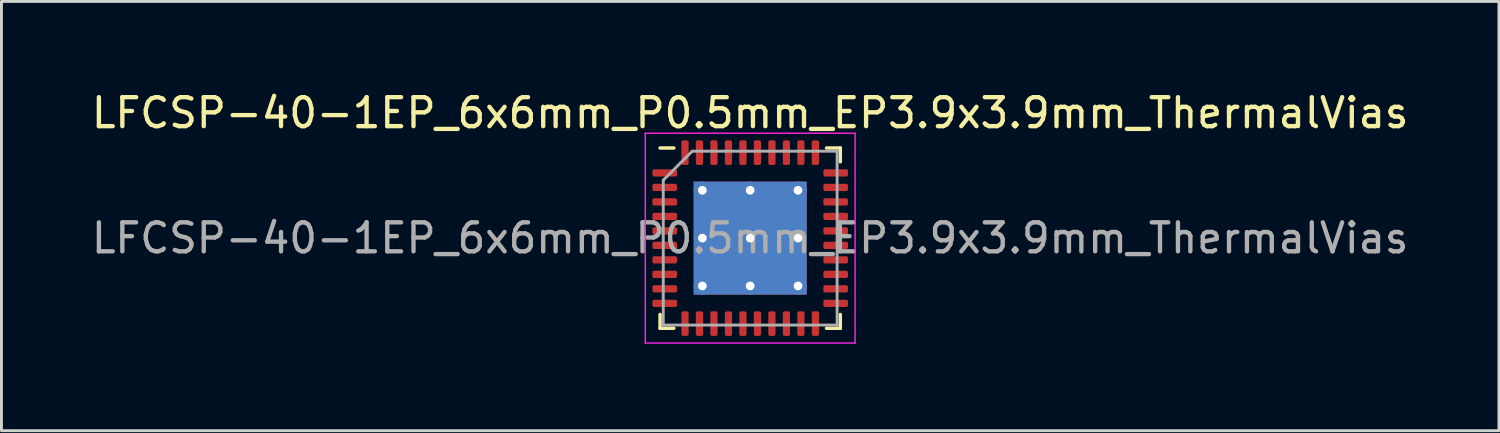
<source format=kicad_pcb>
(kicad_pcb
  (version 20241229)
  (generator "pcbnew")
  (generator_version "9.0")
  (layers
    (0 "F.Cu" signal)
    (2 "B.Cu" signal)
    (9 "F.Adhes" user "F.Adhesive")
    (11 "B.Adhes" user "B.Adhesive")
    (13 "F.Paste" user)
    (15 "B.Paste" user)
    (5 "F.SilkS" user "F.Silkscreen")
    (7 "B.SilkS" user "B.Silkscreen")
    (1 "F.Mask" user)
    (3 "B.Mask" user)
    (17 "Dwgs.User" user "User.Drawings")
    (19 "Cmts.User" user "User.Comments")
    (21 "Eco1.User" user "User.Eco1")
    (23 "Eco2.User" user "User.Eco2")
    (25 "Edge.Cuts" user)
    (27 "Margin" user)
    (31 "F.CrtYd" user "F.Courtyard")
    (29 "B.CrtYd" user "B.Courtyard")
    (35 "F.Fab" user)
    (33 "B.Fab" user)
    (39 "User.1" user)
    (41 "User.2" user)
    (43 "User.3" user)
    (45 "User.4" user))
  (footprint "LFCSP-40-1EP_6x6mm_P0.5mm_EP3.9x3.9mm_ThermalVias"
    (layer "F.Cu")
    (at 22.839 5.168)
    (property "Reference" "LFCSP-40-1EP_6x6mm_P0.5mm_EP3.9x3.9mm_ThermalVias" (at 0 -4.32 0) (layer "F.SilkS") (effects (font (size 1 1) (thickness 0.15))))
    (attr smd)
    (fp_line (start -3.11 3.11) (end -3.11 2.635) (stroke (width 0.12) (type solid)) (layer "F.SilkS"))
    (fp_line (start -2.635 -3.11) (end -3.11 -3.11) (stroke (width 0.12) (type solid)) (layer "F.SilkS"))
    (fp_line (start -2.635 3.11) (end -3.11 3.11) (stroke (width 0.12) (type solid)) (layer "F.SilkS"))
    (fp_line (start 2.635 -3.11) (end 3.11 -3.11) (stroke (width 0.12) (type solid)) (layer "F.SilkS"))
    (fp_line (start 2.635 3.11) (end 3.11 3.11) (stroke (width 0.12) (type solid)) (layer "F.SilkS"))
    (fp_line (start 3.11 -3.11) (end 3.11 -2.635) (stroke (width 0.12) (type solid)) (layer "F.SilkS"))
    (fp_line (start 3.11 3.11) (end 3.11 2.635) (stroke (width 0.12) (type solid)) (layer "F.SilkS"))
    (fp_line (start -3.62 -3.62) (end -3.62 3.62) (stroke (width 0.05) (type solid)) (layer "F.CrtYd"))
    (fp_line (start -3.62 3.62) (end 3.62 3.62) (stroke (width 0.05) (type solid)) (layer "F.CrtYd"))
    (fp_line (start 3.62 -3.62) (end -3.62 -3.62) (stroke (width 0.05) (type solid)) (layer "F.CrtYd"))
    (fp_line (start 3.62 3.62) (end 3.62 -3.62) (stroke (width 0.05) (type solid)) (layer "F.CrtYd"))
    (fp_line (start -3 -2) (end -2 -3) (stroke (width 0.1) (type solid)) (layer "F.Fab"))
    (fp_line (start -3 3) (end -3 -2) (stroke (width 0.1) (type solid)) (layer "F.Fab"))
    (fp_line (start -2 -3) (end 3 -3) (stroke (width 0.1) (type solid)) (layer "F.Fab"))
    (fp_line (start 3 -3) (end 3 3) (stroke (width 0.1) (type solid)) (layer "F.Fab"))
    (fp_line (start 3 3) (end -3 3) (stroke (width 0.1) (type solid)) (layer "F.Fab"))
    (fp_text user "${REFERENCE}" (at 0 0 0) (layer "F.Fab") (effects (font (size 1 1) (thickness 0.15))))
    (pad "" smd custom (at -0.825 -0.825) (size 1.395 1.395) (layers "F.Paste") (options (anchor circle)) (primitives (gr_poly (pts (xy -0.579 -0.383) (xy -0.383 -0.579) (xy 0.383 -0.579) (xy 0.579 -0.383) (xy 0.579 0.383) (xy 0.383 0.579) (xy -0.383 0.579) (xy -0.579 0.383)) (width 0.474) (fill yes))))
    (pad "" smd custom (at -0.825 0.825) (size 1.395 1.395) (layers "F.Paste") (options (anchor circle)) (primitives (gr_poly (pts (xy -0.579 -0.383) (xy -0.383 -0.579) (xy 0.383 -0.579) (xy 0.579 -0.383) (xy 0.579 0.383) (xy 0.383 0.579) (xy -0.383 0.579) (xy -0.579 0.383)) (width 0.474) (fill yes))))
    (pad "" smd custom (at 0.825 -0.825) (size 1.395 1.395) (layers "F.Paste") (options (anchor circle)) (primitives (gr_poly (pts (xy -0.579 -0.383) (xy -0.383 -0.579) (xy 0.383 -0.579) (xy 0.579 -0.383) (xy 0.579 0.383) (xy 0.383 0.579) (xy -0.383 0.579) (xy -0.579 0.383)) (width 0.474) (fill yes))))
    (pad "" smd custom (at 0.825 0.825) (size 1.395 1.395) (layers "F.Paste") (options (anchor circle)) (primitives (gr_poly (pts (xy -0.579 -0.383) (xy -0.383 -0.579) (xy 0.383 -0.579) (xy 0.579 -0.383) (xy 0.579 0.383) (xy 0.383 0.579) (xy -0.383 0.579) (xy -0.579 0.383)) (width 0.474) (fill yes))))
    (pad "1" smd roundrect (at -2.95 -2.25) (size 0.85 0.25) (layers "F.Cu" "F.Mask" "F.Paste") (roundrect_rratio 0.25))
    (pad "2" smd roundrect (at -2.95 -1.75) (size 0.85 0.25) (layers "F.Cu" "F.Mask" "F.Paste") (roundrect_rratio 0.25))
    (pad "3" smd roundrect (at -2.95 -1.25) (size 0.85 0.25) (layers "F.Cu" "F.Mask" "F.Paste") (roundrect_rratio 0.25))
    (pad "4" smd roundrect (at -2.95 -0.75) (size 0.85 0.25) (layers "F.Cu" "F.Mask" "F.Paste") (roundrect_rratio 0.25))
    (pad "5" smd roundrect (at -2.95 -0.25) (size 0.85 0.25) (layers "F.Cu" "F.Mask" "F.Paste") (roundrect_rratio 0.25))
    (pad "6" smd roundrect (at -2.95 0.25) (size 0.85 0.25) (layers "F.Cu" "F.Mask" "F.Paste") (roundrect_rratio 0.25))
    (pad "7" smd roundrect (at -2.95 0.75) (size 0.85 0.25) (layers "F.Cu" "F.Mask" "F.Paste") (roundrect_rratio 0.25))
    (pad "8" smd roundrect (at -2.95 1.25) (size 0.85 0.25) (layers "F.Cu" "F.Mask" "F.Paste") (roundrect_rratio 0.25))
    (pad "9" smd roundrect (at -2.95 1.75) (size 0.85 0.25) (layers "F.Cu" "F.Mask" "F.Paste") (roundrect_rratio 0.25))
    (pad "10" smd roundrect (at -2.95 2.25) (size 0.85 0.25) (layers "F.Cu" "F.Mask" "F.Paste") (roundrect_rratio 0.25))
    (pad "11" smd roundrect (at -2.25 2.95) (size 0.25 0.85) (layers "F.Cu" "F.Mask" "F.Paste") (roundrect_rratio 0.25))
    (pad "12" smd roundrect (at -1.75 2.95) (size 0.25 0.85) (layers "F.Cu" "F.Mask" "F.Paste") (roundrect_rratio 0.25))
    (pad "13" smd roundrect (at -1.25 2.95) (size 0.25 0.85) (layers "F.Cu" "F.Mask" "F.Paste") (roundrect_rratio 0.25))
    (pad "14" smd roundrect (at -0.75 2.95) (size 0.25 0.85) (layers "F.Cu" "F.Mask" "F.Paste") (roundrect_rratio 0.25))
    (pad "15" smd roundrect (at -0.25 2.95) (size 0.25 0.85) (layers "F.Cu" "F.Mask" "F.Paste") (roundrect_rratio 0.25))
    (pad "16" smd roundrect (at 0.25 2.95) (size 0.25 0.85) (layers "F.Cu" "F.Mask" "F.Paste") (roundrect_rratio 0.25))
    (pad "17" smd roundrect (at 0.75 2.95) (size 0.25 0.85) (layers "F.Cu" "F.Mask" "F.Paste") (roundrect_rratio 0.25))
    (pad "18" smd roundrect (at 1.25 2.95) (size 0.25 0.85) (layers "F.Cu" "F.Mask" "F.Paste") (roundrect_rratio 0.25))
    (pad "19" smd roundrect (at 1.75 2.95) (size 0.25 0.85) (layers "F.Cu" "F.Mask" "F.Paste") (roundrect_rratio 0.25))
    (pad "20" smd roundrect (at 2.25 2.95) (size 0.25 0.85) (layers "F.Cu" "F.Mask" "F.Paste") (roundrect_rratio 0.25))
    (pad "21" smd roundrect (at 2.95 2.25) (size 0.85 0.25) (layers "F.Cu" "F.Mask" "F.Paste") (roundrect_rratio 0.25))
    (pad "22" smd roundrect (at 2.95 1.75) (size 0.85 0.25) (layers "F.Cu" "F.Mask" "F.Paste") (roundrect_rratio 0.25))
    (pad "23" smd roundrect (at 2.95 1.25) (size 0.85 0.25) (layers "F.Cu" "F.Mask" "F.Paste") (roundrect_rratio 0.25))
    (pad "24" smd roundrect (at 2.95 0.75) (size 0.85 0.25) (layers "F.Cu" "F.Mask" "F.Paste") (roundrect_rratio 0.25))
    (pad "25" smd roundrect (at 2.95 0.25) (size 0.85 0.25) (layers "F.Cu" "F.Mask" "F.Paste") (roundrect_rratio 0.25))
    (pad "26" smd roundrect (at 2.95 -0.25) (size 0.85 0.25) (layers "F.Cu" "F.Mask" "F.Paste") (roundrect_rratio 0.25))
    (pad "27" smd roundrect (at 2.95 -0.75) (size 0.85 0.25) (layers "F.Cu" "F.Mask" "F.Paste") (roundrect_rratio 0.25))
    (pad "28" smd roundrect (at 2.95 -1.25) (size 0.85 0.25) (layers "F.Cu" "F.Mask" "F.Paste") (roundrect_rratio 0.25))
    (pad "29" smd roundrect (at 2.95 -1.75) (size 0.85 0.25) (layers "F.Cu" "F.Mask" "F.Paste") (roundrect_rratio 0.25))
    (pad "30" smd roundrect (at 2.95 -2.25) (size 0.85 0.25) (layers "F.Cu" "F.Mask" "F.Paste") (roundrect_rratio 0.25))
    (pad "31" smd roundrect (at 2.25 -2.95) (size 0.25 0.85) (layers "F.Cu" "F.Mask" "F.Paste") (roundrect_rratio 0.25))
    (pad "32" smd roundrect (at 1.75 -2.95) (size 0.25 0.85) (layers "F.Cu" "F.Mask" "F.Paste") (roundrect_rratio 0.25))
    (pad "33" smd roundrect (at 1.25 -2.95) (size 0.25 0.85) (layers "F.Cu" "F.Mask" "F.Paste") (roundrect_rratio 0.25))
    (pad "34" smd roundrect (at 0.75 -2.95) (size 0.25 0.85) (layers "F.Cu" "F.Mask" "F.Paste") (roundrect_rratio 0.25))
    (pad "35" smd roundrect (at 0.25 -2.95) (size 0.25 0.85) (layers "F.Cu" "F.Mask" "F.Paste") (roundrect_rratio 0.25))
    (pad "36" smd roundrect (at -0.25 -2.95) (size 0.25 0.85) (layers "F.Cu" "F.Mask" "F.Paste") (roundrect_rratio 0.25))
    (pad "37" smd roundrect (at -0.75 -2.95) (size 0.25 0.85) (layers "F.Cu" "F.Mask" "F.Paste") (roundrect_rratio 0.25))
    (pad "38" smd roundrect (at -1.25 -2.95) (size 0.25 0.85) (layers "F.Cu" "F.Mask" "F.Paste") (roundrect_rratio 0.25))
    (pad "39" smd roundrect (at -1.75 -2.95) (size 0.25 0.85) (layers "F.Cu" "F.Mask" "F.Paste") (roundrect_rratio 0.25))
    (pad "40" smd roundrect (at -2.25 -2.95) (size 0.25 0.85) (layers "F.Cu" "F.Mask" "F.Paste") (roundrect_rratio 0.25))
    (pad "41" thru_hole circle (at -1.65 -1.65) (size 0.6 0.6) (drill 0.3) (layers "*.Cu"))
    (pad "41" thru_hole circle (at -1.65 0) (size 0.6 0.6) (drill 0.3) (layers "*.Cu"))
    (pad "41" thru_hole circle (at -1.65 1.65) (size 0.6 0.6) (drill 0.3) (layers "*.Cu"))
    (pad "41" thru_hole circle (at 0 -1.65) (size 0.6 0.6) (drill 0.3) (layers "*.Cu"))
    (pad "41" thru_hole circle (at 0 0) (size 0.6 0.6) (drill 0.3) (layers "*.Cu"))
    (pad "41" smd rect (at 0 0) (size 3.9 3.9) (layers "F.Cu" "F.Mask"))
    (pad "41" smd rect (at 0 0) (size 3.9 3.9) (layers "B.Cu"))
    (pad "41" thru_hole circle (at 0 1.65) (size 0.6 0.6) (drill 0.3) (layers "*.Cu"))
    (pad "41" thru_hole circle (at 1.65 -1.65) (size 0.6 0.6) (drill 0.3) (layers "*.Cu"))
    (pad "41" thru_hole circle (at 1.65 0) (size 0.6 0.6) (drill 0.3) (layers "*.Cu"))
    (pad "41" thru_hole circle (at 1.65 1.65) (size 0.6 0.6) (drill 0.3) (layers "*.Cu")))
  (gr_rect
    (start -3 -3)
    (end 48.679 11.813)
    (stroke (width 0.1) (type default))
    (fill no)
    (layer "Edge.Cuts")))
</source>
